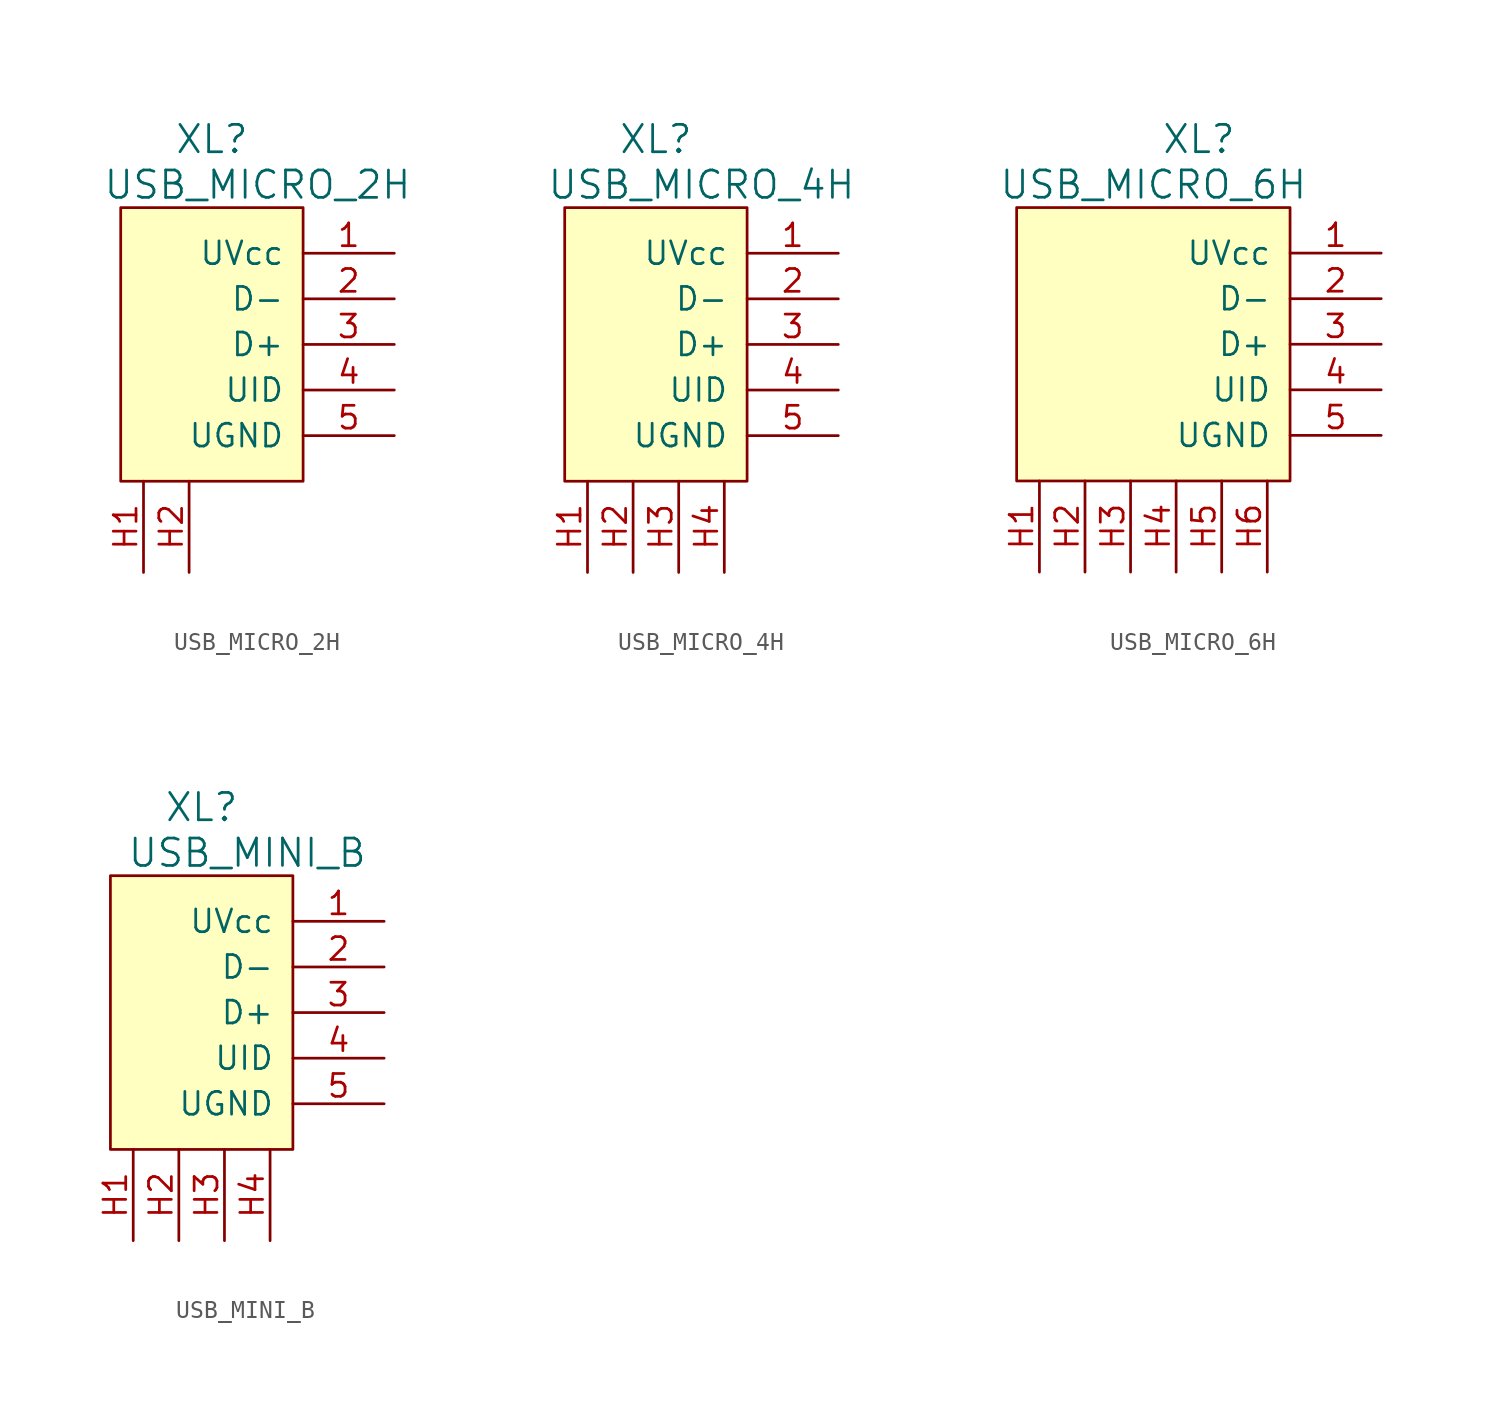
<source format=kicad_sym>
(kicad_symbol_lib
  (version 20201005)
  (generator kicad_symbol_editor)
  (symbol "Connectors_kl:USB_MICRO_2H"
    (pin_names
      (offset 1.016))
    (property "Reference" "XL"
      (at -5.08 11.43 0)
      (effects (font (size 1.524 1.524))))
    (property "Value" "USB_MICRO_2H"
      (at -2.54 8.89 0)
      (effects (font (size 1.524 1.524))))
    (property "Footprint" ""
      (at 0 0 0)
      (effects (font (size 1.524 1.524))))
    (property "Datasheet" ""
      (at 0 0 0)
      (effects (font (size 1.524 1.524))))
    (symbol "USB_MICRO_2H_0_1"
      (rectangle (start 0 -7.62) (end -10.16 7.62) (stroke (width 0)) (fill (type background))))
    (symbol "USB_MICRO_2H_1_1"
      (pin power_out line (at 5.08 5.08 180) (length 5.08) (name "UVcc" (effects (font (size 1.27 1.27)))) (number "1" (effects (font (size 1.27 1.27)))))
      (pin passive line (at 5.08 2.54 180) (length 5.08) (name "D-" (effects (font (size 1.27 1.27)))) (number "2" (effects (font (size 1.27 1.27)))))
      (pin passive line (at 5.08 0 180) (length 5.08) (name "D+" (effects (font (size 1.27 1.27)))) (number "3" (effects (font (size 1.27 1.27)))))
      (pin passive line (at 5.08 -2.54 180) (length 5.08) (name "UID" (effects (font (size 1.27 1.27)))) (number "4" (effects (font (size 1.27 1.27)))))
      (pin power_out line (at 5.08 -5.08 180) (length 5.08) (name "UGND" (effects (font (size 1.27 1.27)))) (number "5" (effects (font (size 1.27 1.27)))))
      (pin passive line (at -8.89 -12.7 90) (length 5.08) (name "~" (effects (font (size 1.27 1.27)))) (number "H1" (effects (font (size 1.27 1.27)))))
      (pin passive line (at -6.35 -12.7 90) (length 5.08) (name "~" (effects (font (size 1.27 1.27)))) (number "H2" (effects (font (size 1.27 1.27)))))))
  (symbol "Connectors_kl:USB_MICRO_4H"
    (pin_names
      (offset 1.016))
    (property "Reference" "XL"
      (at -5.08 11.43 0)
      (effects (font (size 1.524 1.524))))
    (property "Value" "USB_MICRO_4H"
      (at -2.54 8.89 0)
      (effects (font (size 1.524 1.524))))
    (property "Footprint" ""
      (at 0 0 0)
      (effects (font (size 1.524 1.524))))
    (property "Datasheet" ""
      (at 0 0 0)
      (effects (font (size 1.524 1.524))))
    (symbol "USB_MICRO_4H_0_1"
      (rectangle (start 0 -7.62) (end -10.16 7.62) (stroke (width 0)) (fill (type background)))
      (pin passive line (at -3.81 -12.7 90) (length 5.08) (name "~" (effects (font (size 1.27 1.27)))) (number "H3" (effects (font (size 1.27 1.27)))))
      (pin passive line (at -1.27 -12.7 90) (length 5.08) (name "~" (effects (font (size 1.27 1.27)))) (number "H4" (effects (font (size 1.27 1.27))))))
    (symbol "USB_MICRO_4H_1_1"
      (pin power_out line (at 5.08 5.08 180) (length 5.08) (name "UVcc" (effects (font (size 1.27 1.27)))) (number "1" (effects (font (size 1.27 1.27)))))
      (pin passive line (at 5.08 2.54 180) (length 5.08) (name "D-" (effects (font (size 1.27 1.27)))) (number "2" (effects (font (size 1.27 1.27)))))
      (pin passive line (at 5.08 0 180) (length 5.08) (name "D+" (effects (font (size 1.27 1.27)))) (number "3" (effects (font (size 1.27 1.27)))))
      (pin passive line (at 5.08 -2.54 180) (length 5.08) (name "UID" (effects (font (size 1.27 1.27)))) (number "4" (effects (font (size 1.27 1.27)))))
      (pin power_out line (at 5.08 -5.08 180) (length 5.08) (name "UGND" (effects (font (size 1.27 1.27)))) (number "5" (effects (font (size 1.27 1.27)))))
      (pin passive line (at -8.89 -12.7 90) (length 5.08) (name "~" (effects (font (size 1.27 1.27)))) (number "H1" (effects (font (size 1.27 1.27)))))
      (pin passive line (at -6.35 -12.7 90) (length 5.08) (name "~" (effects (font (size 1.27 1.27)))) (number "H2" (effects (font (size 1.27 1.27)))))))
  (symbol "Connectors_kl:USB_MICRO_6H"
    (pin_names
      (offset 1.016))
    (property "Reference" "XL"
      (at -5.08 11.43 0)
      (effects (font (size 1.524 1.524))))
    (property "Value" "USB_MICRO_6H"
      (at -7.62 8.89 0)
      (effects (font (size 1.524 1.524))))
    (property "Footprint" ""
      (at 0 0 0)
      (effects (font (size 1.524 1.524))))
    (property "Datasheet" ""
      (at 0 0 0)
      (effects (font (size 1.524 1.524))))
    (symbol "USB_MICRO_6H_0_1"
      (rectangle (start -15.24 7.62) (end 0 -7.62) (stroke (width 0)) (fill (type background)))
      (pin passive line (at -8.89 -12.7 90) (length 5.08) (name "~" (effects (font (size 1.27 1.27)))) (number "H3" (effects (font (size 1.27 1.27)))))
      (pin passive line (at -6.35 -12.7 90) (length 5.08) (name "~" (effects (font (size 1.27 1.27)))) (number "H4" (effects (font (size 1.27 1.27)))))
      (pin passive line (at -3.81 -12.7 90) (length 5.08) (name "~" (effects (font (size 1.27 1.27)))) (number "H5" (effects (font (size 1.27 1.27)))))
      (pin passive line (at -1.27 -12.7 90) (length 5.08) (name "~" (effects (font (size 1.27 1.27)))) (number "H6" (effects (font (size 1.27 1.27))))))
    (symbol "USB_MICRO_6H_1_1"
      (pin power_out line (at 5.08 5.08 180) (length 5.08) (name "UVcc" (effects (font (size 1.27 1.27)))) (number "1" (effects (font (size 1.27 1.27)))))
      (pin passive line (at 5.08 2.54 180) (length 5.08) (name "D-" (effects (font (size 1.27 1.27)))) (number "2" (effects (font (size 1.27 1.27)))))
      (pin passive line (at 5.08 0 180) (length 5.08) (name "D+" (effects (font (size 1.27 1.27)))) (number "3" (effects (font (size 1.27 1.27)))))
      (pin passive line (at 5.08 -2.54 180) (length 5.08) (name "UID" (effects (font (size 1.27 1.27)))) (number "4" (effects (font (size 1.27 1.27)))))
      (pin power_out line (at 5.08 -5.08 180) (length 5.08) (name "UGND" (effects (font (size 1.27 1.27)))) (number "5" (effects (font (size 1.27 1.27)))))
      (pin passive line (at -13.97 -12.7 90) (length 5.08) (name "~" (effects (font (size 1.27 1.27)))) (number "H1" (effects (font (size 1.27 1.27)))))
      (pin passive line (at -11.43 -12.7 90) (length 5.08) (name "~" (effects (font (size 1.27 1.27)))) (number "H2" (effects (font (size 1.27 1.27)))))))
  (symbol "Connectors_kl:USB_MINI_B"
    (pin_names
      (offset 1.016))
    (property "Reference" "XL"
      (at -5.08 11.43 0)
      (effects (font (size 1.524 1.524))))
    (property "Value" "USB_MINI_B"
      (at -2.54 8.89 0)
      (effects (font (size 1.524 1.524))))
    (property "Footprint" ""
      (at 0 0 0)
      (effects (font (size 1.524 1.524))))
    (property "Datasheet" ""
      (at 0 0 0)
      (effects (font (size 1.524 1.524))))
    (symbol "USB_MINI_B_0_1"
      (rectangle (start 0 -7.62) (end -10.16 7.62) (stroke (width 0)) (fill (type background))))
    (symbol "USB_MINI_B_1_1"
      (pin power_out line (at 5.08 5.08 180) (length 5.08) (name "UVcc" (effects (font (size 1.27 1.27)))) (number "1" (effects (font (size 1.27 1.27)))))
      (pin passive line (at 5.08 2.54 180) (length 5.08) (name "D-" (effects (font (size 1.27 1.27)))) (number "2" (effects (font (size 1.27 1.27)))))
      (pin passive line (at 5.08 0 180) (length 5.08) (name "D+" (effects (font (size 1.27 1.27)))) (number "3" (effects (font (size 1.27 1.27)))))
      (pin passive line (at 5.08 -2.54 180) (length 5.08) (name "UID" (effects (font (size 1.27 1.27)))) (number "4" (effects (font (size 1.27 1.27)))))
      (pin power_out line (at 5.08 -5.08 180) (length 5.08) (name "UGND" (effects (font (size 1.27 1.27)))) (number "5" (effects (font (size 1.27 1.27)))))
      (pin passive line (at -8.89 -12.7 90) (length 5.08) (name "~" (effects (font (size 1.27 1.27)))) (number "H1" (effects (font (size 1.27 1.27)))))
      (pin passive line (at -6.35 -12.7 90) (length 5.08) (name "~" (effects (font (size 1.27 1.27)))) (number "H2" (effects (font (size 1.27 1.27)))))
      (pin passive line (at -3.81 -12.7 90) (length 5.08) (name "~" (effects (font (size 1.27 1.27)))) (number "H3" (effects (font (size 1.27 1.27)))))
      (pin passive line (at -1.27 -12.7 90) (length 5.08) (name "~" (effects (font (size 1.27 1.27)))) (number "H4" (effects (font (size 1.27 1.27))))))))
</source>
